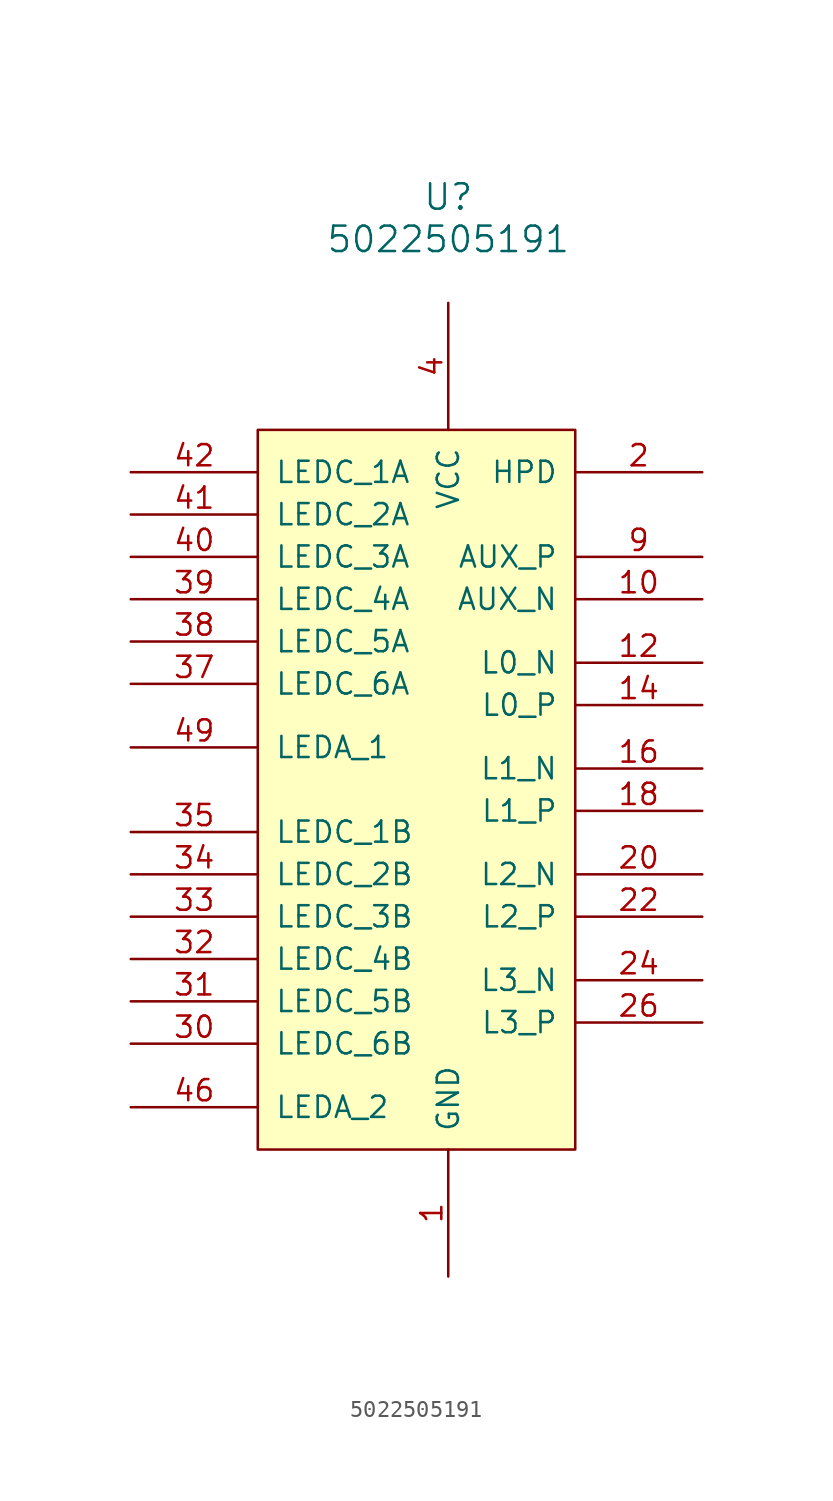
<source format=kicad_sym>
(kicad_symbol_lib
  (version 20211014)
  (generator kicad_symbol_editor)
  (symbol "5022505191"
    (pin_names
      (offset 1.016))
    (property "Reference" "U"
      (at 0 35.56 0)
      (effects (font (size 1.524 1.524))))
    (property "Value" "5022505191"
      (at 0 33.02 0)
      (effects (font (size 1.524 1.524))))
    (property "Footprint" ""
      (at 0 0 0)
      (effects (font (size 1.524 1.524))))
    (property "Datasheet" ""
      (at 0 0 0)
      (effects (font (size 1.524 1.524))))
    (symbol "5022505191_0_1"
      (rectangle (start -11.43 21.59) (end 7.62 -21.59) (stroke (width 0) (type default) (color 0 0 0 0)) (fill (type background))))
    (symbol "5022505191_1_1"
      (pin power_in line (at 0 -29.21 90) (length 7.62) (name "GND" (effects (font (size 1.27 1.27)))) (number "1" (effects (font (size 1.27 1.27)))))
      (pin bidirectional line (at 15.24 11.43 180) (length 7.62) (name "AUX_N" (effects (font (size 1.27 1.27)))) (number "10" (effects (font (size 1.27 1.27)))))
      (pin power_in line (at 0 -29.21 90) (length 7.62) hide (name "GND" (effects (font (size 1.27 1.27)))) (number "11" (effects (font (size 1.27 1.27)))))
      (pin input line (at 15.24 7.62 180) (length 7.62) (name "L0_N" (effects (font (size 1.27 1.27)))) (number "12" (effects (font (size 1.27 1.27)))))
      (pin input line (at 15.24 5.08 180) (length 7.62) (name "L0_P" (effects (font (size 1.27 1.27)))) (number "14" (effects (font (size 1.27 1.27)))))
      (pin power_in line (at 0 -29.21 90) (length 7.62) hide (name "GND" (effects (font (size 1.27 1.27)))) (number "15" (effects (font (size 1.27 1.27)))))
      (pin input line (at 15.24 1.27 180) (length 7.62) (name "L1_N" (effects (font (size 1.27 1.27)))) (number "16" (effects (font (size 1.27 1.27)))))
      (pin input line (at 15.24 -1.27 180) (length 7.62) (name "L1_P" (effects (font (size 1.27 1.27)))) (number "18" (effects (font (size 1.27 1.27)))))
      (pin power_in line (at 0 -29.21 90) (length 7.62) hide (name "GND" (effects (font (size 1.27 1.27)))) (number "19" (effects (font (size 1.27 1.27)))))
      (pin output line (at 15.24 19.05 180) (length 7.62) (name "HPD" (effects (font (size 1.27 1.27)))) (number "2" (effects (font (size 1.27 1.27)))))
      (pin input line (at 15.24 -5.08 180) (length 7.62) (name "L2_N" (effects (font (size 1.27 1.27)))) (number "20" (effects (font (size 1.27 1.27)))))
      (pin input line (at 15.24 -7.62 180) (length 7.62) (name "L2_P" (effects (font (size 1.27 1.27)))) (number "22" (effects (font (size 1.27 1.27)))))
      (pin power_in line (at 0 -29.21 90) (length 7.62) hide (name "GND" (effects (font (size 1.27 1.27)))) (number "23" (effects (font (size 1.27 1.27)))))
      (pin input line (at 15.24 -11.43 180) (length 7.62) (name "L3_N" (effects (font (size 1.27 1.27)))) (number "24" (effects (font (size 1.27 1.27)))))
      (pin input line (at 15.24 -13.97 180) (length 7.62) (name "L3_P" (effects (font (size 1.27 1.27)))) (number "26" (effects (font (size 1.27 1.27)))))
      (pin power_in line (at 0 -29.21 90) (length 7.62) hide (name "GND" (effects (font (size 1.27 1.27)))) (number "27" (effects (font (size 1.27 1.27)))))
      (pin power_in line (at 0 -29.21 90) (length 7.62) hide (name "GND" (effects (font (size 1.27 1.27)))) (number "28" (effects (font (size 1.27 1.27)))))
      (pin power_in line (at 0 -29.21 90) (length 7.62) hide (name "GND" (effects (font (size 1.27 1.27)))) (number "29" (effects (font (size 1.27 1.27)))))
      (pin power_in line (at 0 -29.21 90) (length 7.62) hide (name "GND" (effects (font (size 1.27 1.27)))) (number "3" (effects (font (size 1.27 1.27)))))
      (pin input line (at -19.05 -15.24 0) (length 7.62) (name "LEDC_6B" (effects (font (size 1.27 1.27)))) (number "30" (effects (font (size 1.27 1.27)))))
      (pin input line (at -19.05 -12.7 0) (length 7.62) (name "LEDC_5B" (effects (font (size 1.27 1.27)))) (number "31" (effects (font (size 1.27 1.27)))))
      (pin input line (at -19.05 -10.16 0) (length 7.62) (name "LEDC_4B" (effects (font (size 1.27 1.27)))) (number "32" (effects (font (size 1.27 1.27)))))
      (pin input line (at -19.05 -7.62 0) (length 7.62) (name "LEDC_3B" (effects (font (size 1.27 1.27)))) (number "33" (effects (font (size 1.27 1.27)))))
      (pin input line (at -19.05 -5.08 0) (length 7.62) (name "LEDC_2B" (effects (font (size 1.27 1.27)))) (number "34" (effects (font (size 1.27 1.27)))))
      (pin input line (at -19.05 -2.54 0) (length 7.62) (name "LEDC_1B" (effects (font (size 1.27 1.27)))) (number "35" (effects (font (size 1.27 1.27)))))
      (pin power_in line (at 0 -29.21 90) (length 7.62) hide (name "GND" (effects (font (size 1.27 1.27)))) (number "36" (effects (font (size 1.27 1.27)))))
      (pin input line (at -19.05 6.35 0) (length 7.62) (name "LEDC_6A" (effects (font (size 1.27 1.27)))) (number "37" (effects (font (size 1.27 1.27)))))
      (pin input line (at -19.05 8.89 0) (length 7.62) (name "LEDC_5A" (effects (font (size 1.27 1.27)))) (number "38" (effects (font (size 1.27 1.27)))))
      (pin input line (at -19.05 11.43 0) (length 7.62) (name "LEDC_4A" (effects (font (size 1.27 1.27)))) (number "39" (effects (font (size 1.27 1.27)))))
      (pin power_in line (at 0 29.21 270) (length 7.62) (name "VCC" (effects (font (size 1.27 1.27)))) (number "4" (effects (font (size 1.27 1.27)))))
      (pin input line (at -19.05 13.97 0) (length 7.62) (name "LEDC_3A" (effects (font (size 1.27 1.27)))) (number "40" (effects (font (size 1.27 1.27)))))
      (pin input line (at -19.05 16.51 0) (length 7.62) (name "LEDC_2A" (effects (font (size 1.27 1.27)))) (number "41" (effects (font (size 1.27 1.27)))))
      (pin input line (at -19.05 19.05 0) (length 7.62) (name "LEDC_1A" (effects (font (size 1.27 1.27)))) (number "42" (effects (font (size 1.27 1.27)))))
      (pin power_in line (at 0 -29.21 90) (length 7.62) hide (name "GND" (effects (font (size 1.27 1.27)))) (number "43" (effects (font (size 1.27 1.27)))))
      (pin input line (at -19.05 -19.05 0) (length 7.62) hide (name "LEDA_2" (effects (font (size 1.27 1.27)))) (number "45" (effects (font (size 1.27 1.27)))))
      (pin input line (at -19.05 -19.05 0) (length 7.62) (name "LEDA_2" (effects (font (size 1.27 1.27)))) (number "46" (effects (font (size 1.27 1.27)))))
      (pin input line (at -19.05 2.54 0) (length 7.62) hide (name "LEDA_1" (effects (font (size 1.27 1.27)))) (number "48" (effects (font (size 1.27 1.27)))))
      (pin input line (at -19.05 2.54 0) (length 7.62) (name "LEDA_1" (effects (font (size 1.27 1.27)))) (number "49" (effects (font (size 1.27 1.27)))))
      (pin power_in line (at 0 29.21 270) (length 7.62) hide (name "VCC" (effects (font (size 1.27 1.27)))) (number "5" (effects (font (size 1.27 1.27)))))
      (pin power_in line (at 0 -29.21 90) (length 7.62) hide (name "GND" (effects (font (size 1.27 1.27)))) (number "51" (effects (font (size 1.27 1.27)))))
      (pin power_in line (at 0 29.21 270) (length 7.62) hide (name "VCC" (effects (font (size 1.27 1.27)))) (number "6" (effects (font (size 1.27 1.27)))))
      (pin power_in line (at 0 29.21 270) (length 7.62) hide (name "VCC" (effects (font (size 1.27 1.27)))) (number "7" (effects (font (size 1.27 1.27)))))
      (pin power_in line (at 0 -29.21 90) (length 7.62) hide (name "GND" (effects (font (size 1.27 1.27)))) (number "8" (effects (font (size 1.27 1.27)))))
      (pin bidirectional line (at 15.24 13.97 180) (length 7.62) (name "AUX_P" (effects (font (size 1.27 1.27)))) (number "9" (effects (font (size 1.27 1.27))))))))
</source>
